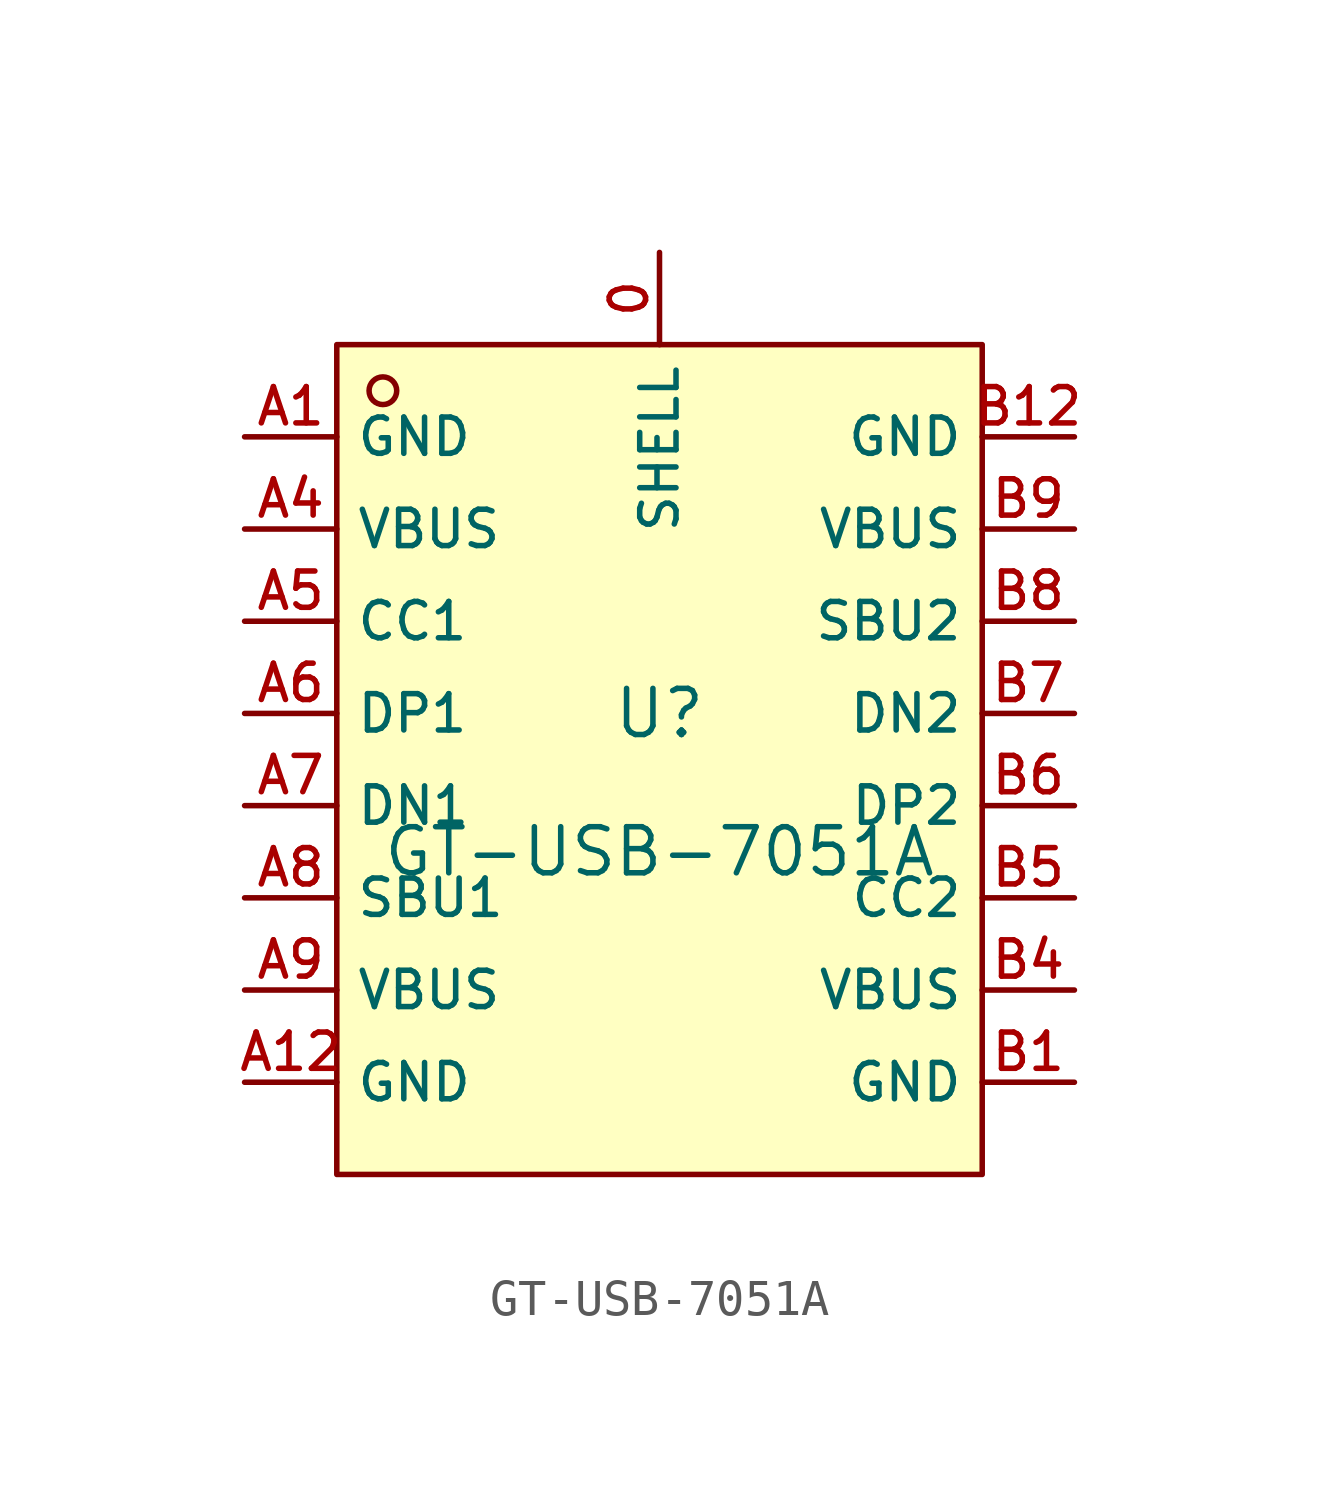
<source format=kicad_sym>
(kicad_symbol_lib
  (version 20231120)
  (generator "kicad_symbol_editor")
  (generator_version "8.0")
  (symbol "GT-USB-7051A"
    (property "Reference" "U"
      (at 0 1.27 0)
      (effects (font (size 1.27 1.27))))
    (property "Value" "GT-USB-7051A"
      (at 0 -2.54 0)
      (effects (font (size 1.27 1.27))))
    (symbol "GT-USB-7051A_0_1"
      (rectangle (start -8.89 11.43) (end 8.89 -11.43) (stroke (width 0) (type default)) (fill (type background)))
      (circle (center -7.62 10.16) (radius 0.381) (stroke (width 0) (type default)) (fill (type background)))
      (pin unspecified line (at 0 13.97 270) (length 2.54) (name "SHELL" (effects (font (size 1 1)))) (number "0" (effects (font (size 1 1)))))
      (pin unspecified line (at -11.43 8.89 0) (length 2.54) (name "GND" (effects (font (size 1 1)))) (number "A1" (effects (font (size 1 1)))))
      (pin unspecified line (at -11.43 -8.89 0) (length 2.54) (name "GND" (effects (font (size 1 1)))) (number "A12" (effects (font (size 1 1)))))
      (pin unspecified line (at -11.43 6.35 0) (length 2.54) (name "VBUS" (effects (font (size 1 1)))) (number "A4" (effects (font (size 1 1)))))
      (pin unspecified line (at -11.43 3.81 0) (length 2.54) (name "CC1" (effects (font (size 1 1)))) (number "A5" (effects (font (size 1 1)))))
      (pin unspecified line (at -11.43 1.27 0) (length 2.54) (name "DP1" (effects (font (size 1 1)))) (number "A6" (effects (font (size 1 1)))))
      (pin unspecified line (at -11.43 -1.27 0) (length 2.54) (name "DN1" (effects (font (size 1 1)))) (number "A7" (effects (font (size 1 1)))))
      (pin unspecified line (at -11.43 -3.81 0) (length 2.54) (name "SBU1" (effects (font (size 1 1)))) (number "A8" (effects (font (size 1 1)))))
      (pin unspecified line (at -11.43 -6.35 0) (length 2.54) (name "VBUS" (effects (font (size 1 1)))) (number "A9" (effects (font (size 1 1)))))
      (pin unspecified line (at 11.43 -8.89 180) (length 2.54) (name "GND" (effects (font (size 1 1)))) (number "B1" (effects (font (size 1 1)))))
      (pin unspecified line (at 11.43 8.89 180) (length 2.54) (name "GND" (effects (font (size 1 1)))) (number "B12" (effects (font (size 1 1)))))
      (pin unspecified line (at 11.43 -6.35 180) (length 2.54) (name "VBUS" (effects (font (size 1 1)))) (number "B4" (effects (font (size 1 1)))))
      (pin unspecified line (at 11.43 -3.81 180) (length 2.54) (name "CC2" (effects (font (size 1 1)))) (number "B5" (effects (font (size 1 1)))))
      (pin unspecified line (at 11.43 -1.27 180) (length 2.54) (name "DP2" (effects (font (size 1 1)))) (number "B6" (effects (font (size 1 1)))))
      (pin unspecified line (at 11.43 1.27 180) (length 2.54) (name "DN2" (effects (font (size 1 1)))) (number "B7" (effects (font (size 1 1)))))
      (pin unspecified line (at 11.43 3.81 180) (length 2.54) (name "SBU2" (effects (font (size 1 1)))) (number "B8" (effects (font (size 1 1)))))
      (pin unspecified line (at 11.43 6.35 180) (length 2.54) (name "VBUS" (effects (font (size 1 1)))) (number "B9" (effects (font (size 1 1))))))))
</source>
